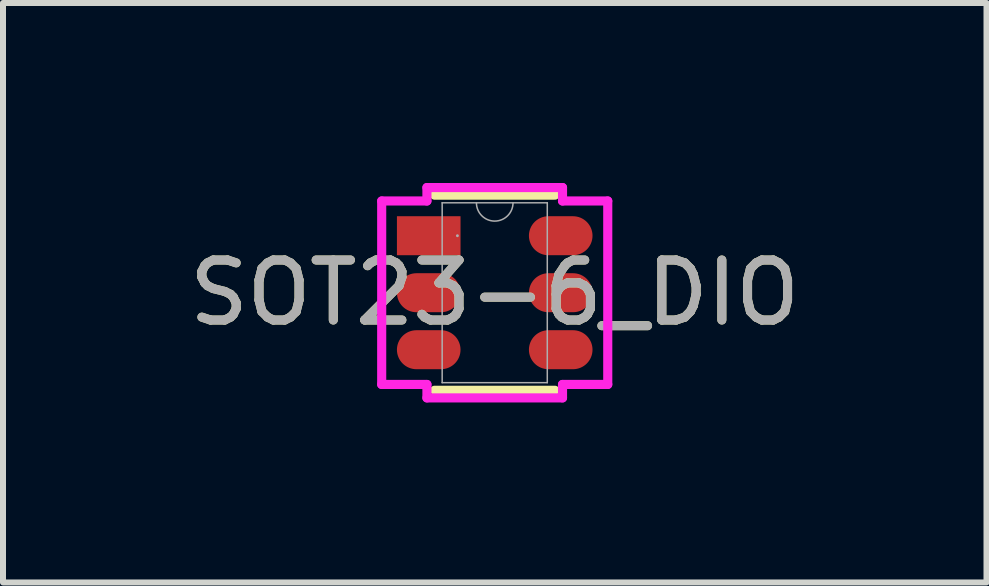
<source format=kicad_pcb>
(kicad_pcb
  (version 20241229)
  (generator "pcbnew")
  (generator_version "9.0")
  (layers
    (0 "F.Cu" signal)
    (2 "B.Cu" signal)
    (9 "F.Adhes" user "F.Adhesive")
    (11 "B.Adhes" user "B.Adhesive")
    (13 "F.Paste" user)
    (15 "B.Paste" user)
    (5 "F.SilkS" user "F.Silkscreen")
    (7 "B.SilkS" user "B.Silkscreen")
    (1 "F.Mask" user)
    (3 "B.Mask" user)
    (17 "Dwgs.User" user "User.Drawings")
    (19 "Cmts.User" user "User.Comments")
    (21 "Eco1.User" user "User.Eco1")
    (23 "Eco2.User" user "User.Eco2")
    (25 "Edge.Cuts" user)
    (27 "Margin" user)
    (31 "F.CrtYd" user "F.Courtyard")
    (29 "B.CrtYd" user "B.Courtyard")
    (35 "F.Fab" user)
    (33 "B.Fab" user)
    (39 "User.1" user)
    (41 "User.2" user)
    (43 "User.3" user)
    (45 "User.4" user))
  (footprint "SOT23-6_DIO"
    (layer "F.Cu")
    (at 5.196 1.829)
    (property "Reference" "SOT23-6_DIO" (at 0 0 0) (unlocked yes) (layer "F.SilkS") (effects (font (size 1 1) (thickness 0.15))))
    (attr smd)
    (fp_line (start -1.003 1.626) (end 1.003 1.626) (stroke (width 0.152) (type solid)) (layer "F.SilkS"))
    (fp_line (start 1.003 -1.626) (end -1.003 -1.626) (stroke (width 0.152) (type solid)) (layer "F.SilkS"))
    (fp_line (start -1.884 -1.529) (end -1.13 -1.529) (stroke (width 0.152) (type solid)) (layer "F.CrtYd"))
    (fp_line (start -1.884 1.529) (end -1.884 -1.529) (stroke (width 0.152) (type solid)) (layer "F.CrtYd"))
    (fp_line (start -1.884 1.529) (end -1.13 1.529) (stroke (width 0.152) (type solid)) (layer "F.CrtYd"))
    (fp_line (start -1.13 -1.753) (end 1.13 -1.753) (stroke (width 0.152) (type solid)) (layer "F.CrtYd"))
    (fp_line (start -1.13 -1.529) (end -1.13 -1.753) (stroke (width 0.152) (type solid)) (layer "F.CrtYd"))
    (fp_line (start -1.13 1.753) (end -1.13 1.529) (stroke (width 0.152) (type solid)) (layer "F.CrtYd"))
    (fp_line (start 1.13 -1.753) (end 1.13 -1.529) (stroke (width 0.152) (type solid)) (layer "F.CrtYd"))
    (fp_line (start 1.13 1.529) (end 1.13 1.753) (stroke (width 0.152) (type solid)) (layer "F.CrtYd"))
    (fp_line (start 1.13 1.753) (end -1.13 1.753) (stroke (width 0.152) (type solid)) (layer "F.CrtYd"))
    (fp_line (start 1.884 -1.529) (end 1.13 -1.529) (stroke (width 0.152) (type solid)) (layer "F.CrtYd"))
    (fp_line (start 1.884 -1.529) (end 1.884 1.529) (stroke (width 0.152) (type solid)) (layer "F.CrtYd"))
    (fp_line (start 1.884 1.529) (end 1.13 1.529) (stroke (width 0.152) (type solid)) (layer "F.CrtYd"))
    (fp_line (start -0.876 -1.499) (end -0.876 1.499) (stroke (width 0.025) (type solid)) (layer "F.Fab"))
    (fp_line (start -0.876 1.499) (end 0.876 1.499) (stroke (width 0.025) (type solid)) (layer "F.Fab"))
    (fp_line (start 0.876 -1.499) (end -0.876 -1.499) (stroke (width 0.025) (type solid)) (layer "F.Fab"))
    (fp_line (start 0.876 1.499) (end 0.876 -1.499) (stroke (width 0.025) (type solid)) (layer "F.Fab"))
    (fp_arc (start 0.3048 -1.4986) (mid 0 -1.1938) (end -0.3048 -1.4986) (stroke (width 0.0254) (type solid)) (layer "F.Fab"))
    (fp_circle (center -0.622 -0.95) (end -0.622 -0.95) (stroke (width 0.025) (type solid)) (fill no) (layer "F.Fab"))
    (fp_text user "${REFERENCE}" (at 0 0 0) (unlocked yes) (layer "F.Fab") (effects (font (size 1 1) (thickness 0.15))))
    (pad "1" smd rect (at -1.1 -0.95) (size 1.06 0.65) (layers "F.Cu" "F.Mask" "F.Paste"))
    (pad "2" smd oval (at -1.1 0) (size 1.06 0.65) (layers "F.Cu" "F.Mask" "F.Paste"))
    (pad "3" smd oval (at -1.1 0.95) (size 1.06 0.65) (layers "F.Cu" "F.Mask" "F.Paste"))
    (pad "4" smd oval (at 1.1 0.95) (size 1.06 0.65) (layers "F.Cu" "F.Mask" "F.Paste"))
    (pad "5" smd oval (at 1.1 0) (size 1.06 0.65) (layers "F.Cu" "F.Mask" "F.Paste"))
    (pad "6" smd oval (at 1.1 -0.95) (size 1.06 0.65) (layers "F.Cu" "F.Mask" "F.Paste")))
  (gr_rect
    (start -3 -3)
    (end 13.393 6.658)
    (stroke (width 0.1) (type default))
    (fill no)
    (layer "Edge.Cuts")))
</source>
